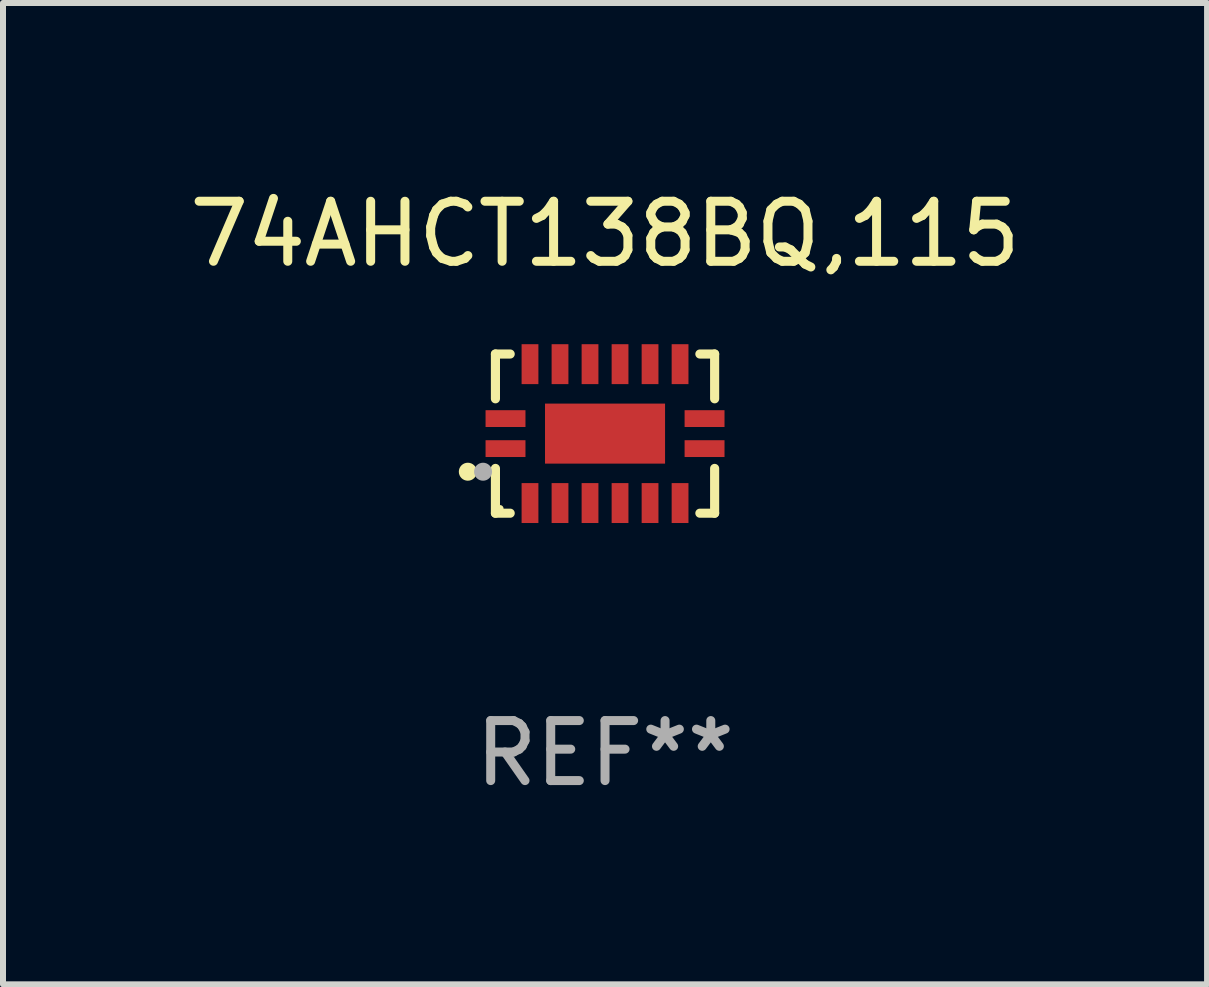
<source format=kicad_pcb>
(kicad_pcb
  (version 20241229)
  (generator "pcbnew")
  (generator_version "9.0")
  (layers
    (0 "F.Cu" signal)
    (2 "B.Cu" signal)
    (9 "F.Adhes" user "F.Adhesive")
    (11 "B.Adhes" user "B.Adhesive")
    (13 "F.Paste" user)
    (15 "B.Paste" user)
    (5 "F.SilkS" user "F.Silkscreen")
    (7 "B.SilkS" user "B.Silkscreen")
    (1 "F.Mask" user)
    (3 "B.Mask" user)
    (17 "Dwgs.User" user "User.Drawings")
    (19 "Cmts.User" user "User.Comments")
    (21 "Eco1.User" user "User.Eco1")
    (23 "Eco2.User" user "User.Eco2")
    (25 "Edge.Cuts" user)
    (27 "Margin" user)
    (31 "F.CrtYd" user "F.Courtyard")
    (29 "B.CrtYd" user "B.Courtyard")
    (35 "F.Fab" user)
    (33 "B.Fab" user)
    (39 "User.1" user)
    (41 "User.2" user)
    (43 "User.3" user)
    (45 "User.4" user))
  (footprint "74AHCT138BQ,115"
    (layer "F.Cu")
    (at 7.03 4.174)
    (property "Reference" "74AHCT138BQ,115" (at 0 -3.326 0) (layer "F.SilkS") (effects (font (size 1 1) (thickness 0.15))))
    (attr through_hole)
    (fp_line (start -1.826 -1.326) (end -1.58 -1.326) (stroke (width 0.152) (type solid)) (layer "F.SilkS"))
    (fp_line (start -1.826 -0.58) (end -1.826 -1.326) (stroke (width 0.152) (type solid)) (layer "F.SilkS"))
    (fp_line (start -1.826 0.58) (end -1.826 1.326) (stroke (width 0.152) (type solid)) (layer "F.SilkS"))
    (fp_line (start -1.826 1.326) (end -1.58 1.326) (stroke (width 0.152) (type solid)) (layer "F.SilkS"))
    (fp_line (start 1.826 -1.326) (end 1.58 -1.326) (stroke (width 0.152) (type solid)) (layer "F.SilkS"))
    (fp_line (start 1.826 -0.58) (end 1.826 -1.326) (stroke (width 0.152) (type solid)) (layer "F.SilkS"))
    (fp_line (start 1.826 0.58) (end 1.826 1.326) (stroke (width 0.152) (type solid)) (layer "F.SilkS"))
    (fp_line (start 1.826 1.326) (end 1.58 1.326) (stroke (width 0.152) (type solid)) (layer "F.SilkS"))
    (fp_circle (center -2.286 0.635) (end -2.211 0.635) (stroke (width 0.15) (type solid)) (fill no) (layer "F.SilkS"))
    (fp_circle (center -1.75 1.25) (end -1.72 1.25) (stroke (width 0.06) (type solid)) (fill no) (layer "F.SilkS"))
    (fp_circle (center -2.032 0.635) (end -1.957 0.635) (stroke (width 0.15) (type solid)) (fill no) (layer "F.Fab"))
    (fp_text user "REF**" (at 0 5.326 0) (layer "F.Fab") (effects (font (size 1 1) (thickness 0.15))))
    (pad "1" smd rect (at -1.658 0.25) (size 0.665 0.28) (layers "F.Cu" "F.Mask" "F.Paste"))
    (pad "2" smd rect (at -1.25 1.157) (size 0.28 0.665) (layers "F.Cu" "F.Mask" "F.Paste"))
    (pad "3" smd rect (at -0.75 1.157) (size 0.28 0.665) (layers "F.Cu" "F.Mask" "F.Paste"))
    (pad "4" smd rect (at -0.25 1.157) (size 0.28 0.665) (layers "F.Cu" "F.Mask" "F.Paste"))
    (pad "5" smd rect (at 0.25 1.157) (size 0.28 0.665) (layers "F.Cu" "F.Mask" "F.Paste"))
    (pad "6" smd rect (at 0.75 1.157) (size 0.28 0.665) (layers "F.Cu" "F.Mask" "F.Paste"))
    (pad "7" smd rect (at 1.25 1.157) (size 0.28 0.665) (layers "F.Cu" "F.Mask" "F.Paste"))
    (pad "8" smd rect (at 1.658 0.25) (size 0.665 0.28) (layers "F.Cu" "F.Mask" "F.Paste"))
    (pad "9" smd rect (at 1.658 -0.25) (size 0.665 0.28) (layers "F.Cu" "F.Mask" "F.Paste"))
    (pad "10" smd rect (at 1.25 -1.157) (size 0.28 0.665) (layers "F.Cu" "F.Mask" "F.Paste"))
    (pad "11" smd rect (at 0.75 -1.157) (size 0.28 0.665) (layers "F.Cu" "F.Mask" "F.Paste"))
    (pad "12" smd rect (at 0.25 -1.157) (size 0.28 0.665) (layers "F.Cu" "F.Mask" "F.Paste"))
    (pad "13" smd rect (at -0.25 -1.157) (size 0.28 0.665) (layers "F.Cu" "F.Mask" "F.Paste"))
    (pad "14" smd rect (at -0.75 -1.157) (size 0.28 0.665) (layers "F.Cu" "F.Mask" "F.Paste"))
    (pad "15" smd rect (at -1.25 -1.157) (size 0.28 0.665) (layers "F.Cu" "F.Mask" "F.Paste"))
    (pad "16" smd rect (at -1.658 -0.25) (size 0.665 0.28) (layers "F.Cu" "F.Mask" "F.Paste"))
    (pad "17" smd rect (at 0 0) (size 2 1) (layers "F.Cu" "F.Mask" "F.Paste")))
  (gr_rect
    (start -3 -3)
    (end 17.06 13.349)
    (stroke (width 0.1) (type default))
    (fill no)
    (layer "Edge.Cuts")))
</source>
